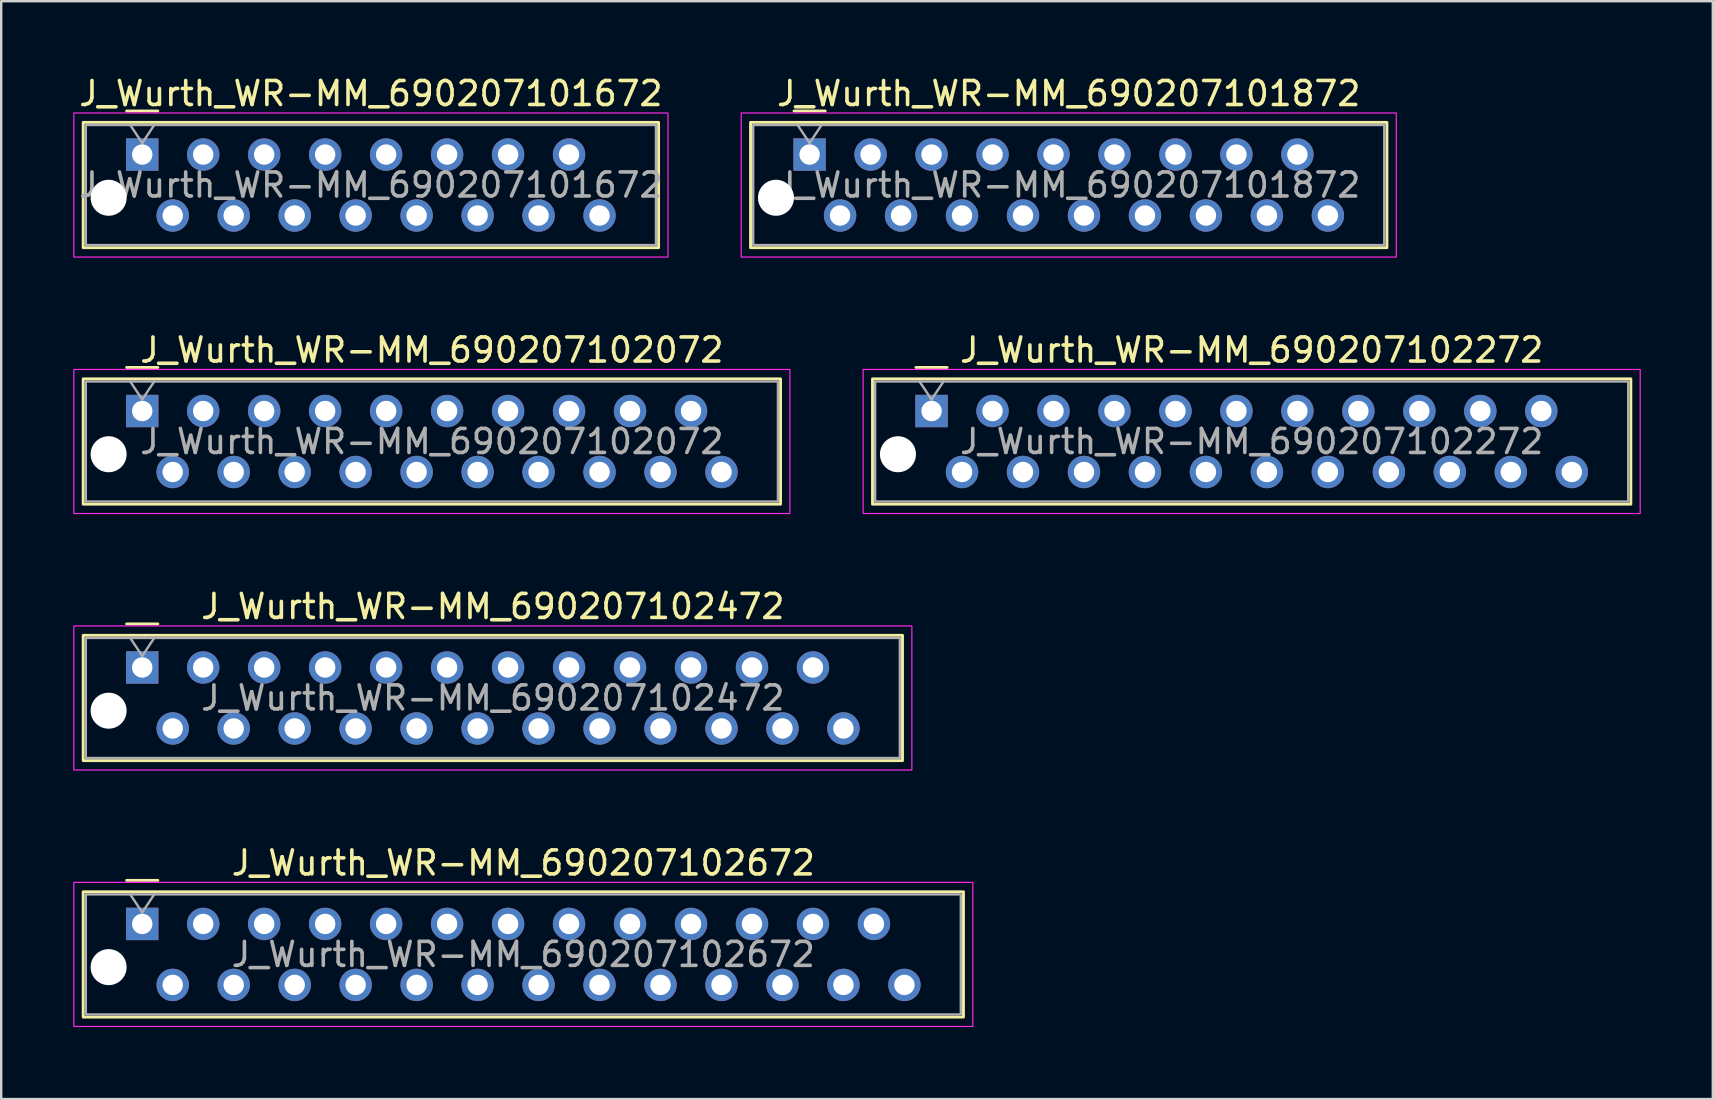
<source format=kicad_pcb>
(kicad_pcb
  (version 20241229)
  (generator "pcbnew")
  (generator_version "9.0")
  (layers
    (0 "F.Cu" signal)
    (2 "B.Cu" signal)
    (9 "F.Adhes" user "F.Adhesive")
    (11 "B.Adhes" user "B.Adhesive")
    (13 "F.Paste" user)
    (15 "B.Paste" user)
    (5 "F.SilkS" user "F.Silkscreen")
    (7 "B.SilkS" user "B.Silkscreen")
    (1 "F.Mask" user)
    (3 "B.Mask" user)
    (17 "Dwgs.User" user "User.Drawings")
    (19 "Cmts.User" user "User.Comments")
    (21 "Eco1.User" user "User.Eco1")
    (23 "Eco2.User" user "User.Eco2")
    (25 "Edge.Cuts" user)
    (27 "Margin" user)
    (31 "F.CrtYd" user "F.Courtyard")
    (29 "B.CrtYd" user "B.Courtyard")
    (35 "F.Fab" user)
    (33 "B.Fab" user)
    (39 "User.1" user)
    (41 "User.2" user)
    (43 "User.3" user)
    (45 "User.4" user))
  (footprint "J_Wurth_WR-MM_690207102072"
    (layer "F.Cu")
    (at 2.875 14.072)
    (property "Reference" "J_Wurth_WR-MM_690207102072" (at 12.065 -2.54 0) (unlocked yes) (layer "F.SilkS") (effects (font (size 1 1) (thickness 0.15))))
    (attr through_hole)
    (fp_line (start 0.65 -1.815) (end -0.65 -1.815) (stroke (width 0.12) (type solid)) (layer "F.SilkS"))
    (fp_rect (start -2.46 -1.34) (end 26.59 3.88) (stroke (width 0.12) (type solid)) (fill no) (layer "F.SilkS"))
    (fp_rect (start -2.85 -1.73) (end 26.98 4.27) (stroke (width 0.05) (type solid)) (fill no) (layer "F.CrtYd"))
    (fp_line (start 0 -0.48) (end -0.5 -1.23) (stroke (width 0.1) (type solid)) (layer "F.Fab"))
    (fp_line (start 0 -0.48) (end 0.5 -1.23) (stroke (width 0.1) (type solid)) (layer "F.Fab"))
    (fp_rect (start -2.35 -1.23) (end 26.48 3.77) (stroke (width 0.1) (type solid)) (fill no) (layer "F.Fab"))
    (fp_text user "${REFERENCE}" (at 12.065 1.27 0) (unlocked yes) (layer "F.Fab") (effects (font (size 1 1) (thickness 0.15))))
    (pad "" np_thru_hole circle (at -1.4 1.8) (size 1.5 1.5) (drill 1.5) (layers "*.Cu" "*.Mask"))
    (pad "1" thru_hole rect (at 0 0) (size 1.35 1.35) (drill 0.85) (layers "*.Cu" "*.Mask"))
    (pad "2" thru_hole circle (at 1.27 2.54) (size 1.35 1.35) (drill 0.85) (layers "*.Cu" "*.Mask"))
    (pad "3" thru_hole circle (at 2.54 0) (size 1.35 1.35) (drill 0.85) (layers "*.Cu" "*.Mask"))
    (pad "4" thru_hole circle (at 3.81 2.54) (size 1.35 1.35) (drill 0.85) (layers "*.Cu" "*.Mask"))
    (pad "5" thru_hole circle (at 5.08 0) (size 1.35 1.35) (drill 0.85) (layers "*.Cu" "*.Mask"))
    (pad "6" thru_hole circle (at 6.35 2.54) (size 1.35 1.35) (drill 0.85) (layers "*.Cu" "*.Mask"))
    (pad "7" thru_hole circle (at 7.62 0) (size 1.35 1.35) (drill 0.85) (layers "*.Cu" "*.Mask"))
    (pad "8" thru_hole circle (at 8.89 2.54) (size 1.35 1.35) (drill 0.85) (layers "*.Cu" "*.Mask"))
    (pad "9" thru_hole circle (at 10.16 0) (size 1.35 1.35) (drill 0.85) (layers "*.Cu" "*.Mask"))
    (pad "10" thru_hole circle (at 11.43 2.54) (size 1.35 1.35) (drill 0.85) (layers "*.Cu" "*.Mask"))
    (pad "11" thru_hole circle (at 12.7 0) (size 1.35 1.35) (drill 0.85) (layers "*.Cu" "*.Mask"))
    (pad "12" thru_hole circle (at 13.97 2.54) (size 1.35 1.35) (drill 0.85) (layers "*.Cu" "*.Mask"))
    (pad "13" thru_hole circle (at 15.24 0) (size 1.35 1.35) (drill 0.85) (layers "*.Cu" "*.Mask"))
    (pad "14" thru_hole circle (at 16.51 2.54) (size 1.35 1.35) (drill 0.85) (layers "*.Cu" "*.Mask"))
    (pad "15" thru_hole circle (at 17.78 0) (size 1.35 1.35) (drill 0.85) (layers "*.Cu" "*.Mask"))
    (pad "16" thru_hole circle (at 19.05 2.54) (size 1.35 1.35) (drill 0.85) (layers "*.Cu" "*.Mask"))
    (pad "17" thru_hole circle (at 20.32 0) (size 1.35 1.35) (drill 0.85) (layers "*.Cu" "*.Mask"))
    (pad "18" thru_hole circle (at 21.59 2.54) (size 1.35 1.35) (drill 0.85) (layers "*.Cu" "*.Mask"))
    (pad "19" thru_hole circle (at 22.86 0) (size 1.35 1.35) (drill 0.85) (layers "*.Cu" "*.Mask"))
    (pad "20" thru_hole circle (at 24.13 2.54) (size 1.35 1.35) (drill 0.85) (layers "*.Cu" "*.Mask")))
  (footprint "J_Wurth_WR-MM_690207101872"
    (layer "F.Cu")
    (at 30.675 3.388)
    (property "Reference" "J_Wurth_WR-MM_690207101872" (at 10.795 -2.54 0) (unlocked yes) (layer "F.SilkS") (effects (font (size 1 1) (thickness 0.15))))
    (attr through_hole)
    (fp_line (start 0.65 -1.815) (end -0.65 -1.815) (stroke (width 0.12) (type solid)) (layer "F.SilkS"))
    (fp_rect (start -2.46 -1.34) (end 24.05 3.88) (stroke (width 0.12) (type solid)) (fill no) (layer "F.SilkS"))
    (fp_rect (start -2.85 -1.73) (end 24.44 4.27) (stroke (width 0.05) (type solid)) (fill no) (layer "F.CrtYd"))
    (fp_line (start 0 -0.48) (end -0.5 -1.23) (stroke (width 0.1) (type solid)) (layer "F.Fab"))
    (fp_line (start 0 -0.48) (end 0.5 -1.23) (stroke (width 0.1) (type solid)) (layer "F.Fab"))
    (fp_rect (start -2.35 -1.23) (end 23.94 3.77) (stroke (width 0.1) (type solid)) (fill no) (layer "F.Fab"))
    (fp_text user "${REFERENCE}" (at 10.795 1.27 0) (unlocked yes) (layer "F.Fab") (effects (font (size 1 1) (thickness 0.15))))
    (pad "" np_thru_hole circle (at -1.4 1.8) (size 1.5 1.5) (drill 1.5) (layers "*.Cu" "*.Mask"))
    (pad "1" thru_hole rect (at 0 0) (size 1.35 1.35) (drill 0.85) (layers "*.Cu" "*.Mask"))
    (pad "2" thru_hole circle (at 1.27 2.54) (size 1.35 1.35) (drill 0.85) (layers "*.Cu" "*.Mask"))
    (pad "3" thru_hole circle (at 2.54 0) (size 1.35 1.35) (drill 0.85) (layers "*.Cu" "*.Mask"))
    (pad "4" thru_hole circle (at 3.81 2.54) (size 1.35 1.35) (drill 0.85) (layers "*.Cu" "*.Mask"))
    (pad "5" thru_hole circle (at 5.08 0) (size 1.35 1.35) (drill 0.85) (layers "*.Cu" "*.Mask"))
    (pad "6" thru_hole circle (at 6.35 2.54) (size 1.35 1.35) (drill 0.85) (layers "*.Cu" "*.Mask"))
    (pad "7" thru_hole circle (at 7.62 0) (size 1.35 1.35) (drill 0.85) (layers "*.Cu" "*.Mask"))
    (pad "8" thru_hole circle (at 8.89 2.54) (size 1.35 1.35) (drill 0.85) (layers "*.Cu" "*.Mask"))
    (pad "9" thru_hole circle (at 10.16 0) (size 1.35 1.35) (drill 0.85) (layers "*.Cu" "*.Mask"))
    (pad "10" thru_hole circle (at 11.43 2.54) (size 1.35 1.35) (drill 0.85) (layers "*.Cu" "*.Mask"))
    (pad "11" thru_hole circle (at 12.7 0) (size 1.35 1.35) (drill 0.85) (layers "*.Cu" "*.Mask"))
    (pad "12" thru_hole circle (at 13.97 2.54) (size 1.35 1.35) (drill 0.85) (layers "*.Cu" "*.Mask"))
    (pad "13" thru_hole circle (at 15.24 0) (size 1.35 1.35) (drill 0.85) (layers "*.Cu" "*.Mask"))
    (pad "14" thru_hole circle (at 16.51 2.54) (size 1.35 1.35) (drill 0.85) (layers "*.Cu" "*.Mask"))
    (pad "15" thru_hole circle (at 17.78 0) (size 1.35 1.35) (drill 0.85) (layers "*.Cu" "*.Mask"))
    (pad "16" thru_hole circle (at 19.05 2.54) (size 1.35 1.35) (drill 0.85) (layers "*.Cu" "*.Mask"))
    (pad "17" thru_hole circle (at 20.32 0) (size 1.35 1.35) (drill 0.85) (layers "*.Cu" "*.Mask"))
    (pad "18" thru_hole circle (at 21.59 2.54) (size 1.35 1.35) (drill 0.85) (layers "*.Cu" "*.Mask")))
  (footprint "J_Wurth_WR-MM_690207102672"
    (layer "F.Cu")
    (at 2.875 35.438)
    (property "Reference" "J_Wurth_WR-MM_690207102672" (at 15.875 -2.54 0) (unlocked yes) (layer "F.SilkS") (effects (font (size 1 1) (thickness 0.15))))
    (attr through_hole)
    (fp_line (start 0.65 -1.815) (end -0.65 -1.815) (stroke (width 0.12) (type solid)) (layer "F.SilkS"))
    (fp_rect (start -2.46 -1.34) (end 34.21 3.88) (stroke (width 0.12) (type solid)) (fill no) (layer "F.SilkS"))
    (fp_rect (start -2.85 -1.73) (end 34.6 4.27) (stroke (width 0.05) (type solid)) (fill no) (layer "F.CrtYd"))
    (fp_line (start 0 -0.48) (end -0.5 -1.23) (stroke (width 0.1) (type solid)) (layer "F.Fab"))
    (fp_line (start 0 -0.48) (end 0.5 -1.23) (stroke (width 0.1) (type solid)) (layer "F.Fab"))
    (fp_rect (start -2.35 -1.23) (end 34.1 3.77) (stroke (width 0.1) (type solid)) (fill no) (layer "F.Fab"))
    (fp_text user "${REFERENCE}" (at 15.875 1.27 0) (unlocked yes) (layer "F.Fab") (effects (font (size 1 1) (thickness 0.15))))
    (pad "" np_thru_hole circle (at -1.4 1.8) (size 1.5 1.5) (drill 1.5) (layers "*.Cu" "*.Mask"))
    (pad "1" thru_hole rect (at 0 0) (size 1.35 1.35) (drill 0.85) (layers "*.Cu" "*.Mask"))
    (pad "2" thru_hole circle (at 1.27 2.54) (size 1.35 1.35) (drill 0.85) (layers "*.Cu" "*.Mask"))
    (pad "3" thru_hole circle (at 2.54 0) (size 1.35 1.35) (drill 0.85) (layers "*.Cu" "*.Mask"))
    (pad "4" thru_hole circle (at 3.81 2.54) (size 1.35 1.35) (drill 0.85) (layers "*.Cu" "*.Mask"))
    (pad "5" thru_hole circle (at 5.08 0) (size 1.35 1.35) (drill 0.85) (layers "*.Cu" "*.Mask"))
    (pad "6" thru_hole circle (at 6.35 2.54) (size 1.35 1.35) (drill 0.85) (layers "*.Cu" "*.Mask"))
    (pad "7" thru_hole circle (at 7.62 0) (size 1.35 1.35) (drill 0.85) (layers "*.Cu" "*.Mask"))
    (pad "8" thru_hole circle (at 8.89 2.54) (size 1.35 1.35) (drill 0.85) (layers "*.Cu" "*.Mask"))
    (pad "9" thru_hole circle (at 10.16 0) (size 1.35 1.35) (drill 0.85) (layers "*.Cu" "*.Mask"))
    (pad "10" thru_hole circle (at 11.43 2.54) (size 1.35 1.35) (drill 0.85) (layers "*.Cu" "*.Mask"))
    (pad "11" thru_hole circle (at 12.7 0) (size 1.35 1.35) (drill 0.85) (layers "*.Cu" "*.Mask"))
    (pad "12" thru_hole circle (at 13.97 2.54) (size 1.35 1.35) (drill 0.85) (layers "*.Cu" "*.Mask"))
    (pad "13" thru_hole circle (at 15.24 0) (size 1.35 1.35) (drill 0.85) (layers "*.Cu" "*.Mask"))
    (pad "14" thru_hole circle (at 16.51 2.54) (size 1.35 1.35) (drill 0.85) (layers "*.Cu" "*.Mask"))
    (pad "15" thru_hole circle (at 17.78 0) (size 1.35 1.35) (drill 0.85) (layers "*.Cu" "*.Mask"))
    (pad "16" thru_hole circle (at 19.05 2.54) (size 1.35 1.35) (drill 0.85) (layers "*.Cu" "*.Mask"))
    (pad "17" thru_hole circle (at 20.32 0) (size 1.35 1.35) (drill 0.85) (layers "*.Cu" "*.Mask"))
    (pad "18" thru_hole circle (at 21.59 2.54) (size 1.35 1.35) (drill 0.85) (layers "*.Cu" "*.Mask"))
    (pad "19" thru_hole circle (at 22.86 0) (size 1.35 1.35) (drill 0.85) (layers "*.Cu" "*.Mask"))
    (pad "20" thru_hole circle (at 24.13 2.54) (size 1.35 1.35) (drill 0.85) (layers "*.Cu" "*.Mask"))
    (pad "21" thru_hole circle (at 25.4 0) (size 1.35 1.35) (drill 0.85) (layers "*.Cu" "*.Mask"))
    (pad "22" thru_hole circle (at 26.67 2.54) (size 1.35 1.35) (drill 0.85) (layers "*.Cu" "*.Mask"))
    (pad "23" thru_hole circle (at 27.94 0) (size 1.35 1.35) (drill 0.85) (layers "*.Cu" "*.Mask"))
    (pad "24" thru_hole circle (at 29.21 2.54) (size 1.35 1.35) (drill 0.85) (layers "*.Cu" "*.Mask"))
    (pad "25" thru_hole circle (at 30.48 0) (size 1.35 1.35) (drill 0.85) (layers "*.Cu" "*.Mask"))
    (pad "26" thru_hole circle (at 31.75 2.54) (size 1.35 1.35) (drill 0.85) (layers "*.Cu" "*.Mask")))
  (footprint "J_Wurth_WR-MM_690207101672"
    (layer "F.Cu")
    (at 2.875 3.388)
    (property "Reference" "J_Wurth_WR-MM_690207101672" (at 9.525 -2.54 0) (unlocked yes) (layer "F.SilkS") (effects (font (size 1 1) (thickness 0.15))))
    (attr through_hole)
    (fp_line (start 0.65 -1.815) (end -0.65 -1.815) (stroke (width 0.12) (type solid)) (layer "F.SilkS"))
    (fp_rect (start -2.46 -1.34) (end 21.51 3.88) (stroke (width 0.12) (type solid)) (fill no) (layer "F.SilkS"))
    (fp_rect (start -2.85 -1.73) (end 21.9 4.27) (stroke (width 0.05) (type solid)) (fill no) (layer "F.CrtYd"))
    (fp_line (start 0 -0.48) (end -0.5 -1.23) (stroke (width 0.1) (type solid)) (layer "F.Fab"))
    (fp_line (start 0 -0.48) (end 0.5 -1.23) (stroke (width 0.1) (type solid)) (layer "F.Fab"))
    (fp_rect (start -2.35 -1.23) (end 21.4 3.77) (stroke (width 0.1) (type solid)) (fill no) (layer "F.Fab"))
    (fp_text user "${REFERENCE}" (at 9.525 1.27 0) (unlocked yes) (layer "F.Fab") (effects (font (size 1 1) (thickness 0.15))))
    (pad "" np_thru_hole circle (at -1.4 1.8) (size 1.5 1.5) (drill 1.5) (layers "*.Cu" "*.Mask"))
    (pad "1" thru_hole rect (at 0 0) (size 1.35 1.35) (drill 0.85) (layers "*.Cu" "*.Mask"))
    (pad "2" thru_hole circle (at 1.27 2.54) (size 1.35 1.35) (drill 0.85) (layers "*.Cu" "*.Mask"))
    (pad "3" thru_hole circle (at 2.54 0) (size 1.35 1.35) (drill 0.85) (layers "*.Cu" "*.Mask"))
    (pad "4" thru_hole circle (at 3.81 2.54) (size 1.35 1.35) (drill 0.85) (layers "*.Cu" "*.Mask"))
    (pad "5" thru_hole circle (at 5.08 0) (size 1.35 1.35) (drill 0.85) (layers "*.Cu" "*.Mask"))
    (pad "6" thru_hole circle (at 6.35 2.54) (size 1.35 1.35) (drill 0.85) (layers "*.Cu" "*.Mask"))
    (pad "7" thru_hole circle (at 7.62 0) (size 1.35 1.35) (drill 0.85) (layers "*.Cu" "*.Mask"))
    (pad "8" thru_hole circle (at 8.89 2.54) (size 1.35 1.35) (drill 0.85) (layers "*.Cu" "*.Mask"))
    (pad "9" thru_hole circle (at 10.16 0) (size 1.35 1.35) (drill 0.85) (layers "*.Cu" "*.Mask"))
    (pad "10" thru_hole circle (at 11.43 2.54) (size 1.35 1.35) (drill 0.85) (layers "*.Cu" "*.Mask"))
    (pad "11" thru_hole circle (at 12.7 0) (size 1.35 1.35) (drill 0.85) (layers "*.Cu" "*.Mask"))
    (pad "12" thru_hole circle (at 13.97 2.54) (size 1.35 1.35) (drill 0.85) (layers "*.Cu" "*.Mask"))
    (pad "13" thru_hole circle (at 15.24 0) (size 1.35 1.35) (drill 0.85) (layers "*.Cu" "*.Mask"))
    (pad "14" thru_hole circle (at 16.51 2.54) (size 1.35 1.35) (drill 0.85) (layers "*.Cu" "*.Mask"))
    (pad "15" thru_hole circle (at 17.78 0) (size 1.35 1.35) (drill 0.85) (layers "*.Cu" "*.Mask"))
    (pad "16" thru_hole circle (at 19.05 2.54) (size 1.35 1.35) (drill 0.85) (layers "*.Cu" "*.Mask")))
  (footprint "J_Wurth_WR-MM_690207102272"
    (layer "F.Cu")
    (at 35.755 14.072)
    (property "Reference" "J_Wurth_WR-MM_690207102272" (at 13.335 -2.54 0) (unlocked yes) (layer "F.SilkS") (effects (font (size 1 1) (thickness 0.15))))
    (attr through_hole)
    (fp_line (start 0.65 -1.815) (end -0.65 -1.815) (stroke (width 0.12) (type solid)) (layer "F.SilkS"))
    (fp_rect (start -2.46 -1.34) (end 29.13 3.88) (stroke (width 0.12) (type solid)) (fill no) (layer "F.SilkS"))
    (fp_rect (start -2.85 -1.73) (end 29.52 4.27) (stroke (width 0.05) (type solid)) (fill no) (layer "F.CrtYd"))
    (fp_line (start 0 -0.48) (end -0.5 -1.23) (stroke (width 0.1) (type solid)) (layer "F.Fab"))
    (fp_line (start 0 -0.48) (end 0.5 -1.23) (stroke (width 0.1) (type solid)) (layer "F.Fab"))
    (fp_rect (start -2.35 -1.23) (end 29.02 3.77) (stroke (width 0.1) (type solid)) (fill no) (layer "F.Fab"))
    (fp_text user "${REFERENCE}" (at 13.335 1.27 0) (unlocked yes) (layer "F.Fab") (effects (font (size 1 1) (thickness 0.15))))
    (pad "" np_thru_hole circle (at -1.4 1.8) (size 1.5 1.5) (drill 1.5) (layers "*.Cu" "*.Mask"))
    (pad "1" thru_hole rect (at 0 0) (size 1.35 1.35) (drill 0.85) (layers "*.Cu" "*.Mask"))
    (pad "2" thru_hole circle (at 1.27 2.54) (size 1.35 1.35) (drill 0.85) (layers "*.Cu" "*.Mask"))
    (pad "3" thru_hole circle (at 2.54 0) (size 1.35 1.35) (drill 0.85) (layers "*.Cu" "*.Mask"))
    (pad "4" thru_hole circle (at 3.81 2.54) (size 1.35 1.35) (drill 0.85) (layers "*.Cu" "*.Mask"))
    (pad "5" thru_hole circle (at 5.08 0) (size 1.35 1.35) (drill 0.85) (layers "*.Cu" "*.Mask"))
    (pad "6" thru_hole circle (at 6.35 2.54) (size 1.35 1.35) (drill 0.85) (layers "*.Cu" "*.Mask"))
    (pad "7" thru_hole circle (at 7.62 0) (size 1.35 1.35) (drill 0.85) (layers "*.Cu" "*.Mask"))
    (pad "8" thru_hole circle (at 8.89 2.54) (size 1.35 1.35) (drill 0.85) (layers "*.Cu" "*.Mask"))
    (pad "9" thru_hole circle (at 10.16 0) (size 1.35 1.35) (drill 0.85) (layers "*.Cu" "*.Mask"))
    (pad "10" thru_hole circle (at 11.43 2.54) (size 1.35 1.35) (drill 0.85) (layers "*.Cu" "*.Mask"))
    (pad "11" thru_hole circle (at 12.7 0) (size 1.35 1.35) (drill 0.85) (layers "*.Cu" "*.Mask"))
    (pad "12" thru_hole circle (at 13.97 2.54) (size 1.35 1.35) (drill 0.85) (layers "*.Cu" "*.Mask"))
    (pad "13" thru_hole circle (at 15.24 0) (size 1.35 1.35) (drill 0.85) (layers "*.Cu" "*.Mask"))
    (pad "14" thru_hole circle (at 16.51 2.54) (size 1.35 1.35) (drill 0.85) (layers "*.Cu" "*.Mask"))
    (pad "15" thru_hole circle (at 17.78 0) (size 1.35 1.35) (drill 0.85) (layers "*.Cu" "*.Mask"))
    (pad "16" thru_hole circle (at 19.05 2.54) (size 1.35 1.35) (drill 0.85) (layers "*.Cu" "*.Mask"))
    (pad "17" thru_hole circle (at 20.32 0) (size 1.35 1.35) (drill 0.85) (layers "*.Cu" "*.Mask"))
    (pad "18" thru_hole circle (at 21.59 2.54) (size 1.35 1.35) (drill 0.85) (layers "*.Cu" "*.Mask"))
    (pad "19" thru_hole circle (at 22.86 0) (size 1.35 1.35) (drill 0.85) (layers "*.Cu" "*.Mask"))
    (pad "20" thru_hole circle (at 24.13 2.54) (size 1.35 1.35) (drill 0.85) (layers "*.Cu" "*.Mask"))
    (pad "21" thru_hole circle (at 25.4 0) (size 1.35 1.35) (drill 0.85) (layers "*.Cu" "*.Mask"))
    (pad "22" thru_hole circle (at 26.67 2.54) (size 1.35 1.35) (drill 0.85) (layers "*.Cu" "*.Mask")))
  (footprint "J_Wurth_WR-MM_690207102472"
    (layer "F.Cu")
    (at 2.875 24.755)
    (property "Reference" "J_Wurth_WR-MM_690207102472" (at 14.605 -2.54 0) (unlocked yes) (layer "F.SilkS") (effects (font (size 1 1) (thickness 0.15))))
    (attr through_hole)
    (fp_line (start 0.65 -1.815) (end -0.65 -1.815) (stroke (width 0.12) (type solid)) (layer "F.SilkS"))
    (fp_rect (start -2.46 -1.34) (end 31.67 3.88) (stroke (width 0.12) (type solid)) (fill no) (layer "F.SilkS"))
    (fp_rect (start -2.85 -1.73) (end 32.06 4.27) (stroke (width 0.05) (type solid)) (fill no) (layer "F.CrtYd"))
    (fp_line (start 0 -0.48) (end -0.5 -1.23) (stroke (width 0.1) (type solid)) (layer "F.Fab"))
    (fp_line (start 0 -0.48) (end 0.5 -1.23) (stroke (width 0.1) (type solid)) (layer "F.Fab"))
    (fp_rect (start -2.35 -1.23) (end 31.56 3.77) (stroke (width 0.1) (type solid)) (fill no) (layer "F.Fab"))
    (fp_text user "${REFERENCE}" (at 14.605 1.27 0) (unlocked yes) (layer "F.Fab") (effects (font (size 1 1) (thickness 0.15))))
    (pad "" np_thru_hole circle (at -1.4 1.8) (size 1.5 1.5) (drill 1.5) (layers "*.Cu" "*.Mask"))
    (pad "1" thru_hole rect (at 0 0) (size 1.35 1.35) (drill 0.85) (layers "*.Cu" "*.Mask"))
    (pad "2" thru_hole circle (at 1.27 2.54) (size 1.35 1.35) (drill 0.85) (layers "*.Cu" "*.Mask"))
    (pad "3" thru_hole circle (at 2.54 0) (size 1.35 1.35) (drill 0.85) (layers "*.Cu" "*.Mask"))
    (pad "4" thru_hole circle (at 3.81 2.54) (size 1.35 1.35) (drill 0.85) (layers "*.Cu" "*.Mask"))
    (pad "5" thru_hole circle (at 5.08 0) (size 1.35 1.35) (drill 0.85) (layers "*.Cu" "*.Mask"))
    (pad "6" thru_hole circle (at 6.35 2.54) (size 1.35 1.35) (drill 0.85) (layers "*.Cu" "*.Mask"))
    (pad "7" thru_hole circle (at 7.62 0) (size 1.35 1.35) (drill 0.85) (layers "*.Cu" "*.Mask"))
    (pad "8" thru_hole circle (at 8.89 2.54) (size 1.35 1.35) (drill 0.85) (layers "*.Cu" "*.Mask"))
    (pad "9" thru_hole circle (at 10.16 0) (size 1.35 1.35) (drill 0.85) (layers "*.Cu" "*.Mask"))
    (pad "10" thru_hole circle (at 11.43 2.54) (size 1.35 1.35) (drill 0.85) (layers "*.Cu" "*.Mask"))
    (pad "11" thru_hole circle (at 12.7 0) (size 1.35 1.35) (drill 0.85) (layers "*.Cu" "*.Mask"))
    (pad "12" thru_hole circle (at 13.97 2.54) (size 1.35 1.35) (drill 0.85) (layers "*.Cu" "*.Mask"))
    (pad "13" thru_hole circle (at 15.24 0) (size 1.35 1.35) (drill 0.85) (layers "*.Cu" "*.Mask"))
    (pad "14" thru_hole circle (at 16.51 2.54) (size 1.35 1.35) (drill 0.85) (layers "*.Cu" "*.Mask"))
    (pad "15" thru_hole circle (at 17.78 0) (size 1.35 1.35) (drill 0.85) (layers "*.Cu" "*.Mask"))
    (pad "16" thru_hole circle (at 19.05 2.54) (size 1.35 1.35) (drill 0.85) (layers "*.Cu" "*.Mask"))
    (pad "17" thru_hole circle (at 20.32 0) (size 1.35 1.35) (drill 0.85) (layers "*.Cu" "*.Mask"))
    (pad "18" thru_hole circle (at 21.59 2.54) (size 1.35 1.35) (drill 0.85) (layers "*.Cu" "*.Mask"))
    (pad "19" thru_hole circle (at 22.86 0) (size 1.35 1.35) (drill 0.85) (layers "*.Cu" "*.Mask"))
    (pad "20" thru_hole circle (at 24.13 2.54) (size 1.35 1.35) (drill 0.85) (layers "*.Cu" "*.Mask"))
    (pad "21" thru_hole circle (at 25.4 0) (size 1.35 1.35) (drill 0.85) (layers "*.Cu" "*.Mask"))
    (pad "22" thru_hole circle (at 26.67 2.54) (size 1.35 1.35) (drill 0.85) (layers "*.Cu" "*.Mask"))
    (pad "23" thru_hole circle (at 27.94 0) (size 1.35 1.35) (drill 0.85) (layers "*.Cu" "*.Mask"))
    (pad "24" thru_hole circle (at 29.21 2.54) (size 1.35 1.35) (drill 0.85) (layers "*.Cu" "*.Mask")))
  (gr_rect
    (start -3 -3)
    (end 68.3 42.733)
    (stroke (width 0.1) (type default))
    (fill no)
    (layer "Edge.Cuts")))
</source>
